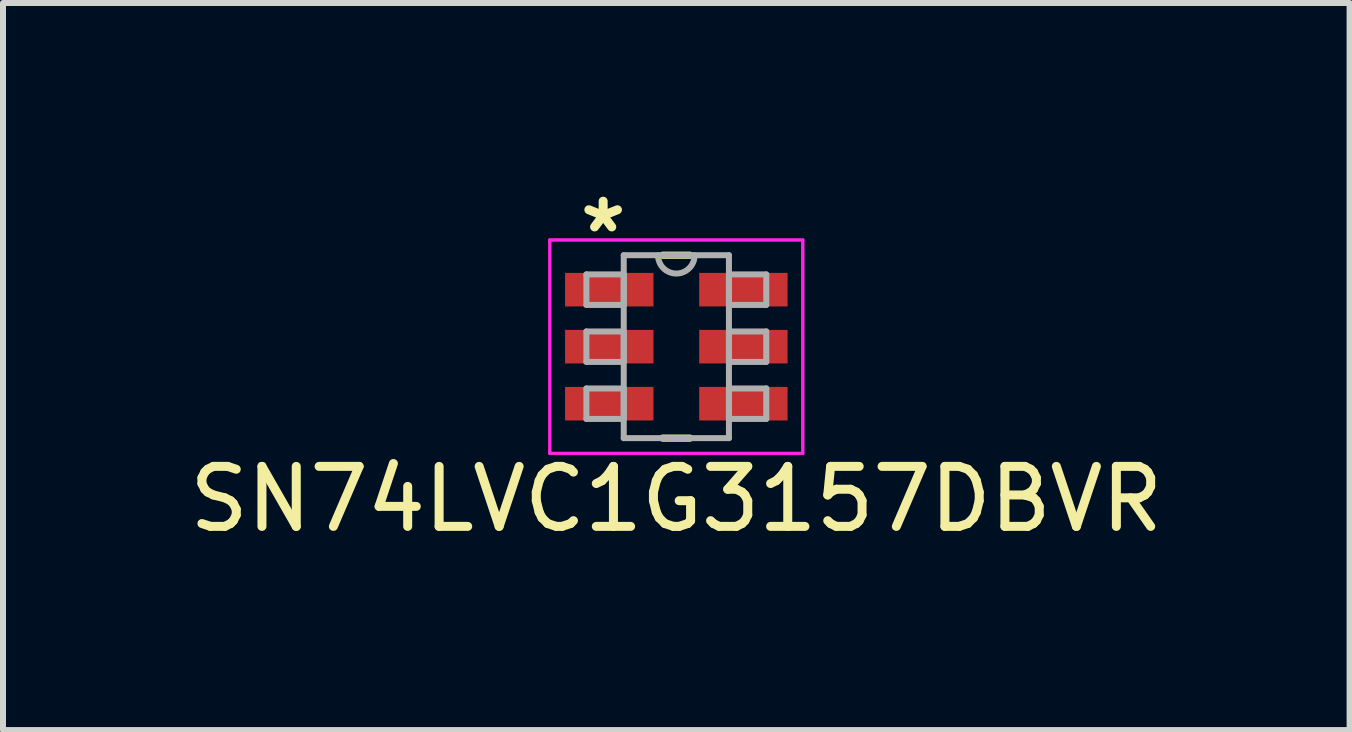
<source format=kicad_pcb>
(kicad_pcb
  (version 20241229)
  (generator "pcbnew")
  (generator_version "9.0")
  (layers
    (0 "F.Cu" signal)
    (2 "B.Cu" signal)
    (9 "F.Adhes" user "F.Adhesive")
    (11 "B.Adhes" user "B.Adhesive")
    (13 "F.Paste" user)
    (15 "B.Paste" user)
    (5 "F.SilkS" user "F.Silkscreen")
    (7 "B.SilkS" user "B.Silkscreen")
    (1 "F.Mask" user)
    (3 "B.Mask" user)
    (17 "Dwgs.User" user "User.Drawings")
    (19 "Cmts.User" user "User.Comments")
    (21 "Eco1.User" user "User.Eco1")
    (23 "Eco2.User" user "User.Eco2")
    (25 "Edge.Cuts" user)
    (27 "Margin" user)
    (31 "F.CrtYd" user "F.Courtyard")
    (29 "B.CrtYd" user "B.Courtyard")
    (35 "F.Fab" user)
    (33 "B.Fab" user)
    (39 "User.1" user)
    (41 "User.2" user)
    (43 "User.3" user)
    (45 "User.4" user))
  (footprint "SN74LVC1G3157DBVR"
    (layer "F.Cu")
    (at 6.366 1.498)
    (property "Reference" "SN74LVC1G3157DBVR" (at 1.854 3.769 0) (layer "F.SilkS") (effects (font (size 1 1) (thickness 0.15))))
    (attr through_hole)
    (fp_line (start 1.628 2.753) (end 2.081 2.753) (stroke (width 0.12) (type solid)) (layer "F.SilkS"))
    (fp_line (start 2.081 -0.295) (end 1.628 -0.295) (stroke (width 0.12) (type solid)) (layer "F.SilkS"))
    (fp_line (start -0.254 -0.549) (end 3.962 -0.549) (stroke (width 0.05) (type solid)) (layer "F.CrtYd"))
    (fp_line (start -0.254 -0.549) (end 3.962 -0.549) (stroke (width 0.05) (type solid)) (layer "F.CrtYd"))
    (fp_line (start -0.254 3.007) (end -0.254 -0.549) (stroke (width 0.05) (type solid)) (layer "F.CrtYd"))
    (fp_line (start -0.254 3.007) (end -0.254 -0.549) (stroke (width 0.05) (type solid)) (layer "F.CrtYd"))
    (fp_line (start 3.962 -0.549) (end 3.962 3.007) (stroke (width 0.05) (type solid)) (layer "F.CrtYd"))
    (fp_line (start 3.962 -0.549) (end 3.962 3.007) (stroke (width 0.05) (type solid)) (layer "F.CrtYd"))
    (fp_line (start 3.962 3.007) (end -0.254 3.007) (stroke (width 0.05) (type solid)) (layer "F.CrtYd"))
    (fp_line (start 3.962 3.007) (end -0.254 3.007) (stroke (width 0.05) (type solid)) (layer "F.CrtYd"))
    (fp_line (start 0.356 0.025) (end 0.356 0.533) (stroke (width 0.1) (type solid)) (layer "F.Fab"))
    (fp_line (start 0.356 0.533) (end 0.978 0.533) (stroke (width 0.1) (type solid)) (layer "F.Fab"))
    (fp_line (start 0.356 0.975) (end 0.356 1.483) (stroke (width 0.1) (type solid)) (layer "F.Fab"))
    (fp_line (start 0.356 1.483) (end 0.978 1.483) (stroke (width 0.1) (type solid)) (layer "F.Fab"))
    (fp_line (start 0.356 1.925) (end 0.356 2.433) (stroke (width 0.1) (type solid)) (layer "F.Fab"))
    (fp_line (start 0.356 2.433) (end 0.978 2.433) (stroke (width 0.1) (type solid)) (layer "F.Fab"))
    (fp_line (start 0.978 -0.295) (end 0.978 2.753) (stroke (width 0.1) (type solid)) (layer "F.Fab"))
    (fp_line (start 0.978 0.025) (end 0.356 0.025) (stroke (width 0.1) (type solid)) (layer "F.Fab"))
    (fp_line (start 0.978 0.533) (end 0.978 0.025) (stroke (width 0.1) (type solid)) (layer "F.Fab"))
    (fp_line (start 0.978 0.975) (end 0.356 0.975) (stroke (width 0.1) (type solid)) (layer "F.Fab"))
    (fp_line (start 0.978 1.483) (end 0.978 0.975) (stroke (width 0.1) (type solid)) (layer "F.Fab"))
    (fp_line (start 0.978 1.925) (end 0.356 1.925) (stroke (width 0.1) (type solid)) (layer "F.Fab"))
    (fp_line (start 0.978 2.433) (end 0.978 1.925) (stroke (width 0.1) (type solid)) (layer "F.Fab"))
    (fp_line (start 0.978 2.753) (end 2.731 2.753) (stroke (width 0.1) (type solid)) (layer "F.Fab"))
    (fp_line (start 2.731 -0.295) (end 0.978 -0.295) (stroke (width 0.1) (type solid)) (layer "F.Fab"))
    (fp_line (start 2.731 0.025) (end 2.731 0.533) (stroke (width 0.1) (type solid)) (layer "F.Fab"))
    (fp_line (start 2.731 0.533) (end 3.353 0.533) (stroke (width 0.1) (type solid)) (layer "F.Fab"))
    (fp_line (start 2.731 0.975) (end 2.731 1.483) (stroke (width 0.1) (type solid)) (layer "F.Fab"))
    (fp_line (start 2.731 1.483) (end 3.353 1.483) (stroke (width 0.1) (type solid)) (layer "F.Fab"))
    (fp_line (start 2.731 1.925) (end 2.731 2.433) (stroke (width 0.1) (type solid)) (layer "F.Fab"))
    (fp_line (start 2.731 2.433) (end 3.353 2.433) (stroke (width 0.1) (type solid)) (layer "F.Fab"))
    (fp_line (start 2.731 2.753) (end 2.731 -0.295) (stroke (width 0.1) (type solid)) (layer "F.Fab"))
    (fp_line (start 3.353 0.025) (end 2.731 0.025) (stroke (width 0.1) (type solid)) (layer "F.Fab"))
    (fp_line (start 3.353 0.533) (end 3.353 0.025) (stroke (width 0.1) (type solid)) (layer "F.Fab"))
    (fp_line (start 3.353 0.975) (end 2.731 0.975) (stroke (width 0.1) (type solid)) (layer "F.Fab"))
    (fp_line (start 3.353 1.483) (end 3.353 0.975) (stroke (width 0.1) (type solid)) (layer "F.Fab"))
    (fp_line (start 3.353 1.925) (end 2.731 1.925) (stroke (width 0.1) (type solid)) (layer "F.Fab"))
    (fp_line (start 3.353 2.433) (end 3.353 1.925) (stroke (width 0.1) (type solid)) (layer "F.Fab"))
    (fp_arc (start 2.159 -0.294599) (mid 1.8542 0.010201) (end 1.5494 -0.294599) (stroke (width 0.1) (type solid)) (layer "F.Fab"))
    (fp_text user "*" (at 0.635 -0.65 0) (unlocked yes) (layer "F.SilkS") (effects (font (size 1 1) (thickness 0.15))))
    (pad "1" smd rect (at 0.737 0.279) (size 1.473 0.559) (layers "F.Cu" "F.Mask" "F.Paste"))
    (pad "2" smd rect (at 0.737 1.229) (size 1.473 0.559) (layers "F.Cu" "F.Mask" "F.Paste"))
    (pad "3" smd rect (at 0.737 2.179) (size 1.473 0.559) (layers "F.Cu" "F.Mask" "F.Paste"))
    (pad "4" smd rect (at 2.972 2.179) (size 1.473 0.559) (layers "F.Cu" "F.Mask" "F.Paste"))
    (pad "5" smd rect (at 2.972 1.229) (size 1.473 0.559) (layers "F.Cu" "F.Mask" "F.Paste"))
    (pad "6" smd rect (at 2.972 0.279) (size 1.473 0.559) (layers "F.Cu" "F.Mask" "F.Paste")))
  (gr_rect
    (start -3 -3)
    (end 19.44 9.116)
    (stroke (width 0.1) (type default))
    (fill no)
    (layer "Edge.Cuts")))
</source>
